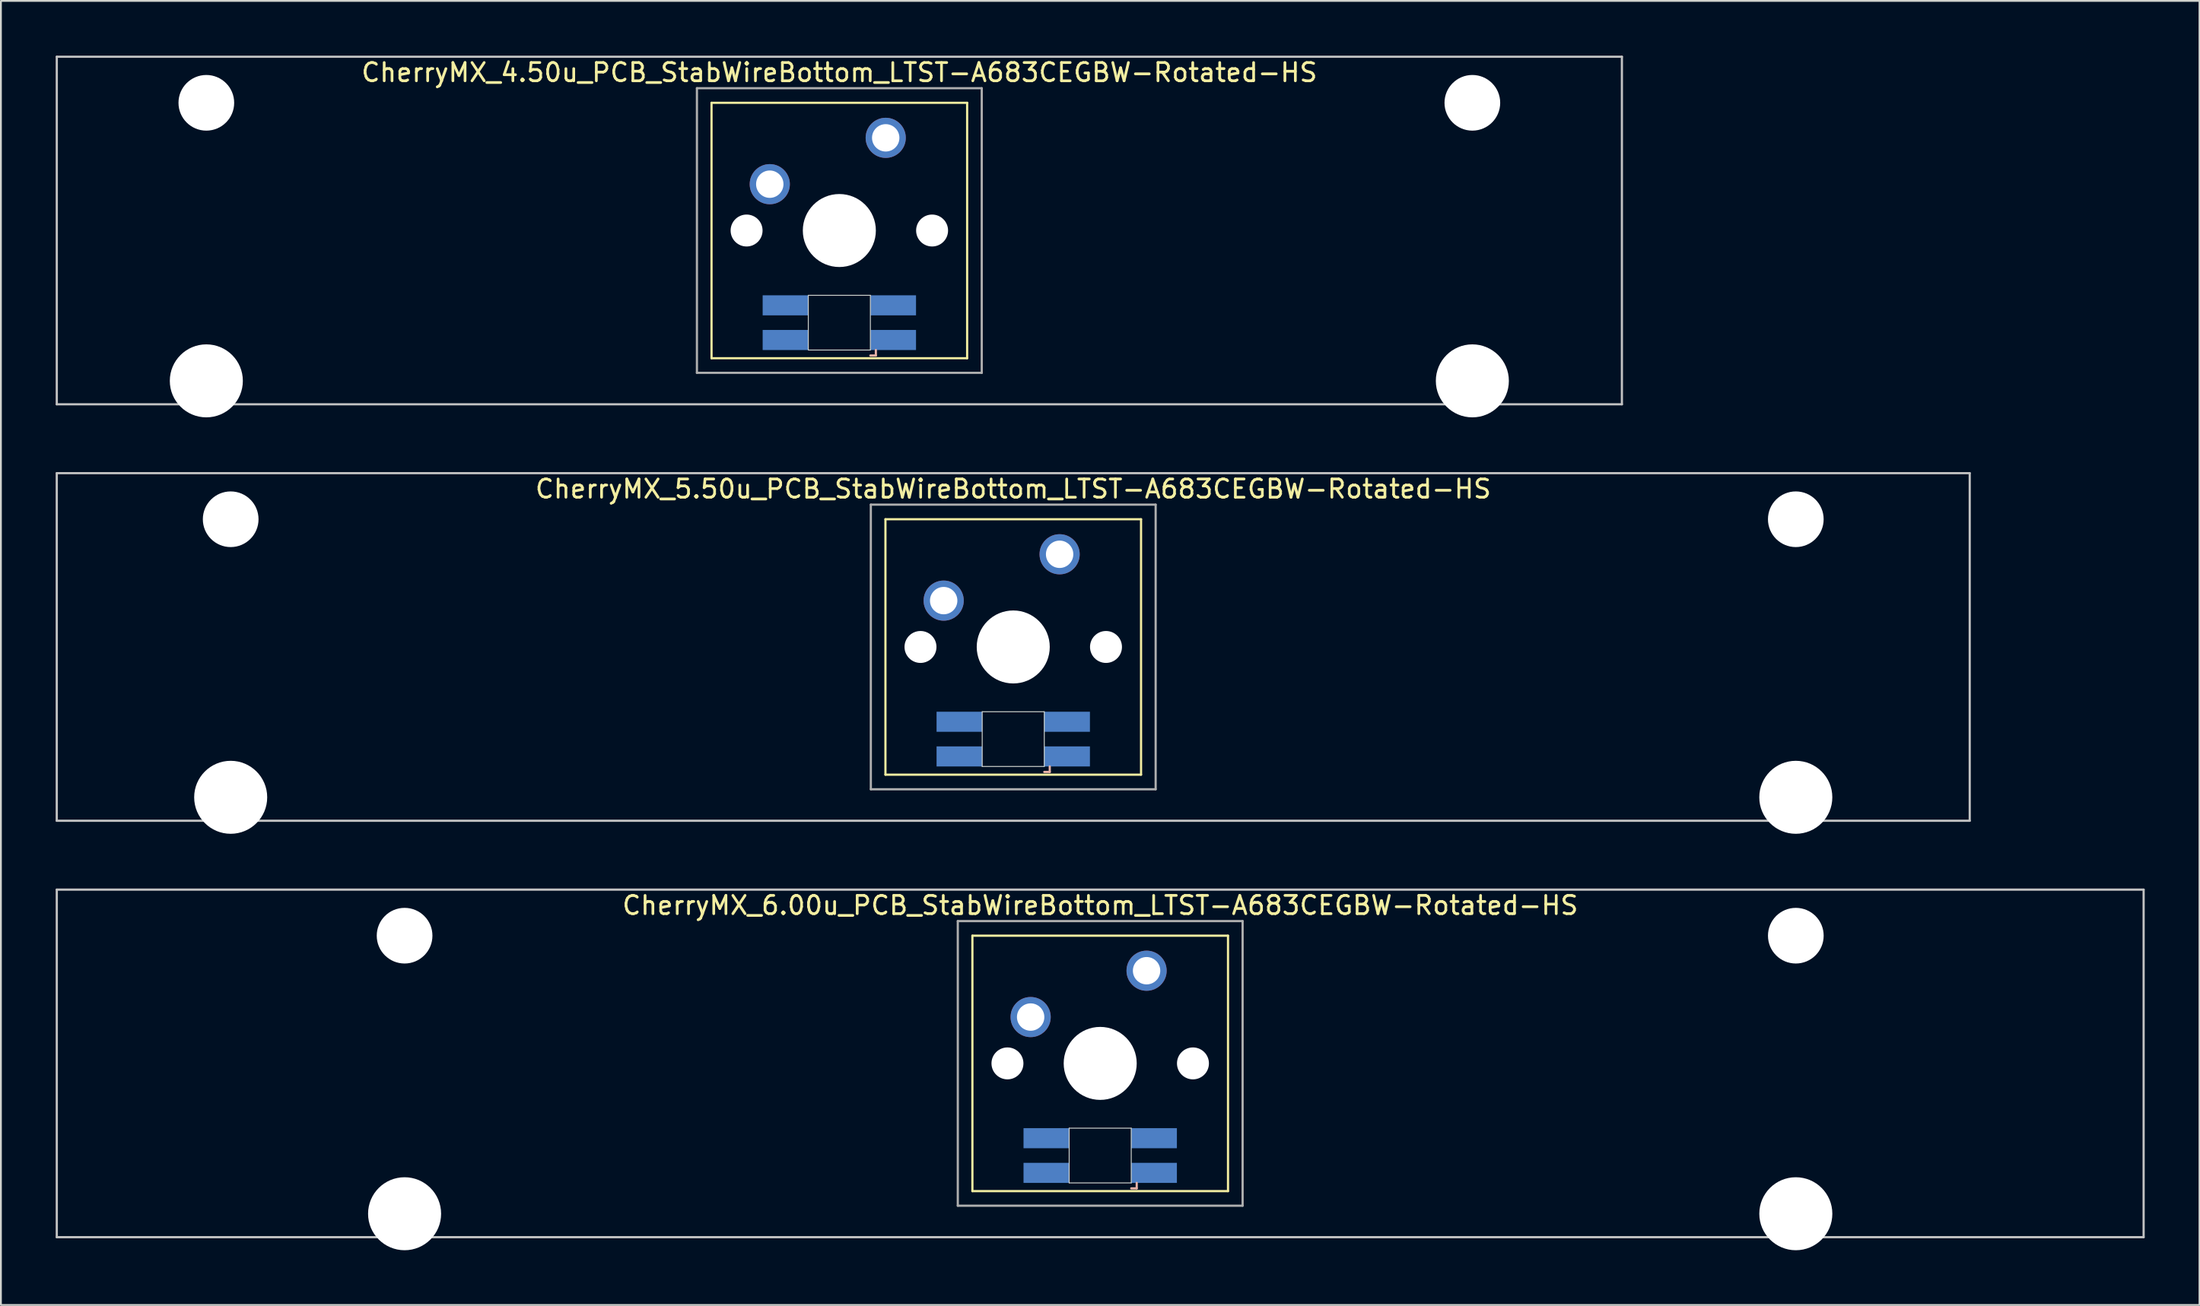
<source format=kicad_pcb>
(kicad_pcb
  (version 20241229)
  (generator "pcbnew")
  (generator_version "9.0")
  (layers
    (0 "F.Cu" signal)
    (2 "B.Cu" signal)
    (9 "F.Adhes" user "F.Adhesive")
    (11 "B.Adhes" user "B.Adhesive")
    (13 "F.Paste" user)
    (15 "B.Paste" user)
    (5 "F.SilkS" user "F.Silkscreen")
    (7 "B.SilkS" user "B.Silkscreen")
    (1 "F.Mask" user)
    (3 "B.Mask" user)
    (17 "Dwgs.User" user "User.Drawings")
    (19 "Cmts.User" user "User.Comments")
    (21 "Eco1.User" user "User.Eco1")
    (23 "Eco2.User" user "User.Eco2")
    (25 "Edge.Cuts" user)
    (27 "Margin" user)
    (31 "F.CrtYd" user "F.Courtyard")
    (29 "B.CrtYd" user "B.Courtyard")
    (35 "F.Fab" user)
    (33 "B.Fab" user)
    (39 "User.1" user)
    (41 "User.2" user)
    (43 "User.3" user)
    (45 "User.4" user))
  (footprint "CherryMX_6.00u_PCB_StabWireBottom_LTST-A683CEGBW-Rotated-HS"
    (layer "F.Cu")
    (at 57.21 55.235)
    (property "Reference" "CherryMX_6.00u_PCB_StabWireBottom_LTST-A683CEGBW-Rotated-HS" (at 0 -8.662 0) (layer "F.SilkS") (effects (font (size 1 1) (thickness 0.15))))
    (attr through_hole)
    (fp_line (start -7 -7) (end -7 7) (stroke (width 0.12) (type solid)) (layer "F.SilkS"))
    (fp_line (start -7 -7) (end 7 -7) (stroke (width 0.12) (type solid)) (layer "F.SilkS"))
    (fp_line (start 7 -7) (end 7 7) (stroke (width 0.12) (type solid)) (layer "F.SilkS"))
    (fp_line (start 7 7) (end -7 7) (stroke (width 0.12) (type solid)) (layer "F.SilkS"))
    (fp_line (start 1.7 6.85) (end 2 6.85) (stroke (width 0.12) (type solid)) (layer "B.SilkS"))
    (fp_line (start 2 6.85) (end 2 6.55) (stroke (width 0.12) (type solid)) (layer "B.SilkS"))
    (fp_line (start -57.15 -9.525) (end 57.15 -9.525) (stroke (width 0.12) (type solid)) (layer "Dwgs.User"))
    (fp_line (start -57.15 9.525) (end -57.15 -9.525) (stroke (width 0.12) (type solid)) (layer "Dwgs.User"))
    (fp_line (start 57.15 -9.525) (end 57.15 9.525) (stroke (width 0.12) (type solid)) (layer "Dwgs.User"))
    (fp_line (start 57.15 9.525) (end -57.15 9.525) (stroke (width 0.12) (type solid)) (layer "Dwgs.User"))
    (fp_line (start -1.7 3.55) (end 1.7 3.55) (stroke (width 0.05) (type solid)) (layer "Edge.Cuts"))
    (fp_line (start -1.7 6.55) (end -1.7 3.55) (stroke (width 0.05) (type solid)) (layer "Edge.Cuts"))
    (fp_line (start 1.7 3.55) (end 1.7 6.55) (stroke (width 0.05) (type solid)) (layer "Edge.Cuts"))
    (fp_line (start 1.7 6.55) (end -1.7 6.55) (stroke (width 0.05) (type solid)) (layer "Edge.Cuts"))
    (fp_line (start -7.8 -7.8) (end -7.8 7.8) (stroke (width 0.12) (type solid)) (layer "F.Fab"))
    (fp_line (start -7.8 -7.8) (end 7.8 -7.8) (stroke (width 0.12) (type solid)) (layer "F.Fab"))
    (fp_line (start -7.8 7.8) (end 7.8 7.8) (stroke (width 0.12) (type solid)) (layer "F.Fab"))
    (fp_line (start 7.8 -7.8) (end 7.8 7.8) (stroke (width 0.12) (type solid)) (layer "F.Fab"))
    (pad "" np_thru_hole circle (at -38.1 -7) (size 3.05 3.05) (drill 3.05) (layers "*.Cu" "*.Mask"))
    (pad "" np_thru_hole circle (at -38.1 8.24) (size 4 4) (drill 4) (layers "*.Cu" "*.Mask"))
    (pad "" np_thru_hole circle (at -5.08 0) (size 1.75 1.75) (drill 1.75) (layers "*.Cu" "*.Mask"))
    (pad "" np_thru_hole circle (at 0 0) (size 4 4) (drill 4) (layers "*.Cu" "*.Mask"))
    (pad "" np_thru_hole circle (at 5.08 0) (size 1.75 1.75) (drill 1.75) (layers "*.Cu" "*.Mask"))
    (pad "" np_thru_hole circle (at 38.1 -7) (size 3.05 3.05) (drill 3.05) (layers "*.Cu" "*.Mask"))
    (pad "" np_thru_hole circle (at 38.1 8.24) (size 4 4) (drill 4) (layers "*.Cu" "*.Mask"))
    (pad "1" thru_hole circle (at -3.81 -2.54) (size 2.2 2.2) (drill 1.5) (layers "*.Cu" "*.Mask"))
    (pad "2" thru_hole circle (at 2.54 -5.08) (size 2.2 2.2) (drill 1.5) (layers "*.Cu" "*.Mask"))
    (pad "3" smd rect (at 2.95 6) (size 2.5 1.1) (layers "B.Cu" "B.Mask" "B.Paste"))
    (pad "4" smd rect (at 2.95 4.1) (size 2.5 1.1) (layers "B.Cu" "B.Mask" "B.Paste"))
    (pad "5" smd rect (at -2.95 6) (size 2.5 1.1) (layers "B.Cu" "B.Mask" "B.Paste"))
    (pad "6" smd rect (at -2.95 4.1) (size 2.5 1.1) (layers "B.Cu" "B.Mask" "B.Paste")))
  (footprint "CherryMX_4.50u_PCB_StabWireBottom_LTST-A683CEGBW-Rotated-HS"
    (layer "F.Cu")
    (at 42.922 9.585)
    (property "Reference" "CherryMX_4.50u_PCB_StabWireBottom_LTST-A683CEGBW-Rotated-HS" (at 0 -8.662 0) (layer "F.SilkS") (effects (font (size 1 1) (thickness 0.15))))
    (attr through_hole)
    (fp_line (start -7 -7) (end -7 7) (stroke (width 0.12) (type solid)) (layer "F.SilkS"))
    (fp_line (start -7 -7) (end 7 -7) (stroke (width 0.12) (type solid)) (layer "F.SilkS"))
    (fp_line (start 7 -7) (end 7 7) (stroke (width 0.12) (type solid)) (layer "F.SilkS"))
    (fp_line (start 7 7) (end -7 7) (stroke (width 0.12) (type solid)) (layer "F.SilkS"))
    (fp_line (start 1.7 6.85) (end 2 6.85) (stroke (width 0.12) (type solid)) (layer "B.SilkS"))
    (fp_line (start 2 6.85) (end 2 6.55) (stroke (width 0.12) (type solid)) (layer "B.SilkS"))
    (fp_line (start -42.862 -9.525) (end 42.862 -9.525) (stroke (width 0.12) (type solid)) (layer "Dwgs.User"))
    (fp_line (start -42.862 9.525) (end -42.862 -9.525) (stroke (width 0.12) (type solid)) (layer "Dwgs.User"))
    (fp_line (start 42.862 -9.525) (end 42.862 9.525) (stroke (width 0.12) (type solid)) (layer "Dwgs.User"))
    (fp_line (start 42.862 9.525) (end -42.862 9.525) (stroke (width 0.12) (type solid)) (layer "Dwgs.User"))
    (fp_line (start -1.7 3.55) (end 1.7 3.55) (stroke (width 0.05) (type solid)) (layer "Edge.Cuts"))
    (fp_line (start -1.7 6.55) (end -1.7 3.55) (stroke (width 0.05) (type solid)) (layer "Edge.Cuts"))
    (fp_line (start 1.7 3.55) (end 1.7 6.55) (stroke (width 0.05) (type solid)) (layer "Edge.Cuts"))
    (fp_line (start 1.7 6.55) (end -1.7 6.55) (stroke (width 0.05) (type solid)) (layer "Edge.Cuts"))
    (fp_line (start -7.8 -7.8) (end -7.8 7.8) (stroke (width 0.12) (type solid)) (layer "F.Fab"))
    (fp_line (start -7.8 -7.8) (end 7.8 -7.8) (stroke (width 0.12) (type solid)) (layer "F.Fab"))
    (fp_line (start -7.8 7.8) (end 7.8 7.8) (stroke (width 0.12) (type solid)) (layer "F.Fab"))
    (fp_line (start 7.8 -7.8) (end 7.8 7.8) (stroke (width 0.12) (type solid)) (layer "F.Fab"))
    (pad "" np_thru_hole circle (at -34.671 -7) (size 3.05 3.05) (drill 3.05) (layers "*.Cu" "*.Mask"))
    (pad "" np_thru_hole circle (at -34.671 8.24) (size 4 4) (drill 4) (layers "*.Cu" "*.Mask"))
    (pad "" np_thru_hole circle (at -5.08 0) (size 1.75 1.75) (drill 1.75) (layers "*.Cu" "*.Mask"))
    (pad "" np_thru_hole circle (at 0 0) (size 4 4) (drill 4) (layers "*.Cu" "*.Mask"))
    (pad "" np_thru_hole circle (at 5.08 0) (size 1.75 1.75) (drill 1.75) (layers "*.Cu" "*.Mask"))
    (pad "" np_thru_hole circle (at 34.671 -7) (size 3.05 3.05) (drill 3.05) (layers "*.Cu" "*.Mask"))
    (pad "" np_thru_hole circle (at 34.671 8.24) (size 4 4) (drill 4) (layers "*.Cu" "*.Mask"))
    (pad "1" thru_hole circle (at -3.81 -2.54) (size 2.2 2.2) (drill 1.5) (layers "*.Cu" "*.Mask"))
    (pad "2" thru_hole circle (at 2.54 -5.08) (size 2.2 2.2) (drill 1.5) (layers "*.Cu" "*.Mask"))
    (pad "3" smd rect (at 2.95 6) (size 2.5 1.1) (layers "B.Cu" "B.Mask" "B.Paste"))
    (pad "4" smd rect (at 2.95 4.1) (size 2.5 1.1) (layers "B.Cu" "B.Mask" "B.Paste"))
    (pad "5" smd rect (at -2.95 6) (size 2.5 1.1) (layers "B.Cu" "B.Mask" "B.Paste"))
    (pad "6" smd rect (at -2.95 4.1) (size 2.5 1.1) (layers "B.Cu" "B.Mask" "B.Paste")))
  (footprint "CherryMX_5.50u_PCB_StabWireBottom_LTST-A683CEGBW-Rotated-HS"
    (layer "F.Cu")
    (at 52.447 32.41)
    (property "Reference" "CherryMX_5.50u_PCB_StabWireBottom_LTST-A683CEGBW-Rotated-HS" (at 0 -8.662 0) (layer "F.SilkS") (effects (font (size 1 1) (thickness 0.15))))
    (attr through_hole)
    (fp_line (start -7 -7) (end -7 7) (stroke (width 0.12) (type solid)) (layer "F.SilkS"))
    (fp_line (start -7 -7) (end 7 -7) (stroke (width 0.12) (type solid)) (layer "F.SilkS"))
    (fp_line (start 7 -7) (end 7 7) (stroke (width 0.12) (type solid)) (layer "F.SilkS"))
    (fp_line (start 7 7) (end -7 7) (stroke (width 0.12) (type solid)) (layer "F.SilkS"))
    (fp_line (start 1.7 6.85) (end 2 6.85) (stroke (width 0.12) (type solid)) (layer "B.SilkS"))
    (fp_line (start 2 6.85) (end 2 6.55) (stroke (width 0.12) (type solid)) (layer "B.SilkS"))
    (fp_line (start -52.388 -9.525) (end 52.388 -9.525) (stroke (width 0.12) (type solid)) (layer "Dwgs.User"))
    (fp_line (start -52.388 9.525) (end -52.388 -9.525) (stroke (width 0.12) (type solid)) (layer "Dwgs.User"))
    (fp_line (start 52.388 -9.525) (end 52.388 9.525) (stroke (width 0.12) (type solid)) (layer "Dwgs.User"))
    (fp_line (start 52.388 9.525) (end -52.388 9.525) (stroke (width 0.12) (type solid)) (layer "Dwgs.User"))
    (fp_line (start -1.7 3.55) (end 1.7 3.55) (stroke (width 0.05) (type solid)) (layer "Edge.Cuts"))
    (fp_line (start -1.7 6.55) (end -1.7 3.55) (stroke (width 0.05) (type solid)) (layer "Edge.Cuts"))
    (fp_line (start 1.7 3.55) (end 1.7 6.55) (stroke (width 0.05) (type solid)) (layer "Edge.Cuts"))
    (fp_line (start 1.7 6.55) (end -1.7 6.55) (stroke (width 0.05) (type solid)) (layer "Edge.Cuts"))
    (fp_line (start -7.8 -7.8) (end -7.8 7.8) (stroke (width 0.12) (type solid)) (layer "F.Fab"))
    (fp_line (start -7.8 -7.8) (end 7.8 -7.8) (stroke (width 0.12) (type solid)) (layer "F.Fab"))
    (fp_line (start -7.8 7.8) (end 7.8 7.8) (stroke (width 0.12) (type solid)) (layer "F.Fab"))
    (fp_line (start 7.8 -7.8) (end 7.8 7.8) (stroke (width 0.12) (type solid)) (layer "F.Fab"))
    (pad "" np_thru_hole circle (at -42.862 -7) (size 3.05 3.05) (drill 3.05) (layers "*.Cu" "*.Mask"))
    (pad "" np_thru_hole circle (at -42.862 8.24) (size 4 4) (drill 4) (layers "*.Cu" "*.Mask"))
    (pad "" np_thru_hole circle (at -5.08 0) (size 1.75 1.75) (drill 1.75) (layers "*.Cu" "*.Mask"))
    (pad "" np_thru_hole circle (at 0 0) (size 4 4) (drill 4) (layers "*.Cu" "*.Mask"))
    (pad "" np_thru_hole circle (at 5.08 0) (size 1.75 1.75) (drill 1.75) (layers "*.Cu" "*.Mask"))
    (pad "" np_thru_hole circle (at 42.862 -7) (size 3.05 3.05) (drill 3.05) (layers "*.Cu" "*.Mask"))
    (pad "" np_thru_hole circle (at 42.862 8.24) (size 4 4) (drill 4) (layers "*.Cu" "*.Mask"))
    (pad "1" thru_hole circle (at -3.81 -2.54) (size 2.2 2.2) (drill 1.5) (layers "*.Cu" "*.Mask"))
    (pad "2" thru_hole circle (at 2.54 -5.08) (size 2.2 2.2) (drill 1.5) (layers "*.Cu" "*.Mask"))
    (pad "3" smd rect (at 2.95 6) (size 2.5 1.1) (layers "B.Cu" "B.Mask" "B.Paste"))
    (pad "4" smd rect (at 2.95 4.1) (size 2.5 1.1) (layers "B.Cu" "B.Mask" "B.Paste"))
    (pad "5" smd rect (at -2.95 6) (size 2.5 1.1) (layers "B.Cu" "B.Mask" "B.Paste"))
    (pad "6" smd rect (at -2.95 4.1) (size 2.5 1.1) (layers "B.Cu" "B.Mask" "B.Paste")))
  (gr_rect
    (start -3 -3)
    (end 117.42 68.475)
    (stroke (width 0.1) (type default))
    (fill no)
    (layer "Edge.Cuts")))
</source>
